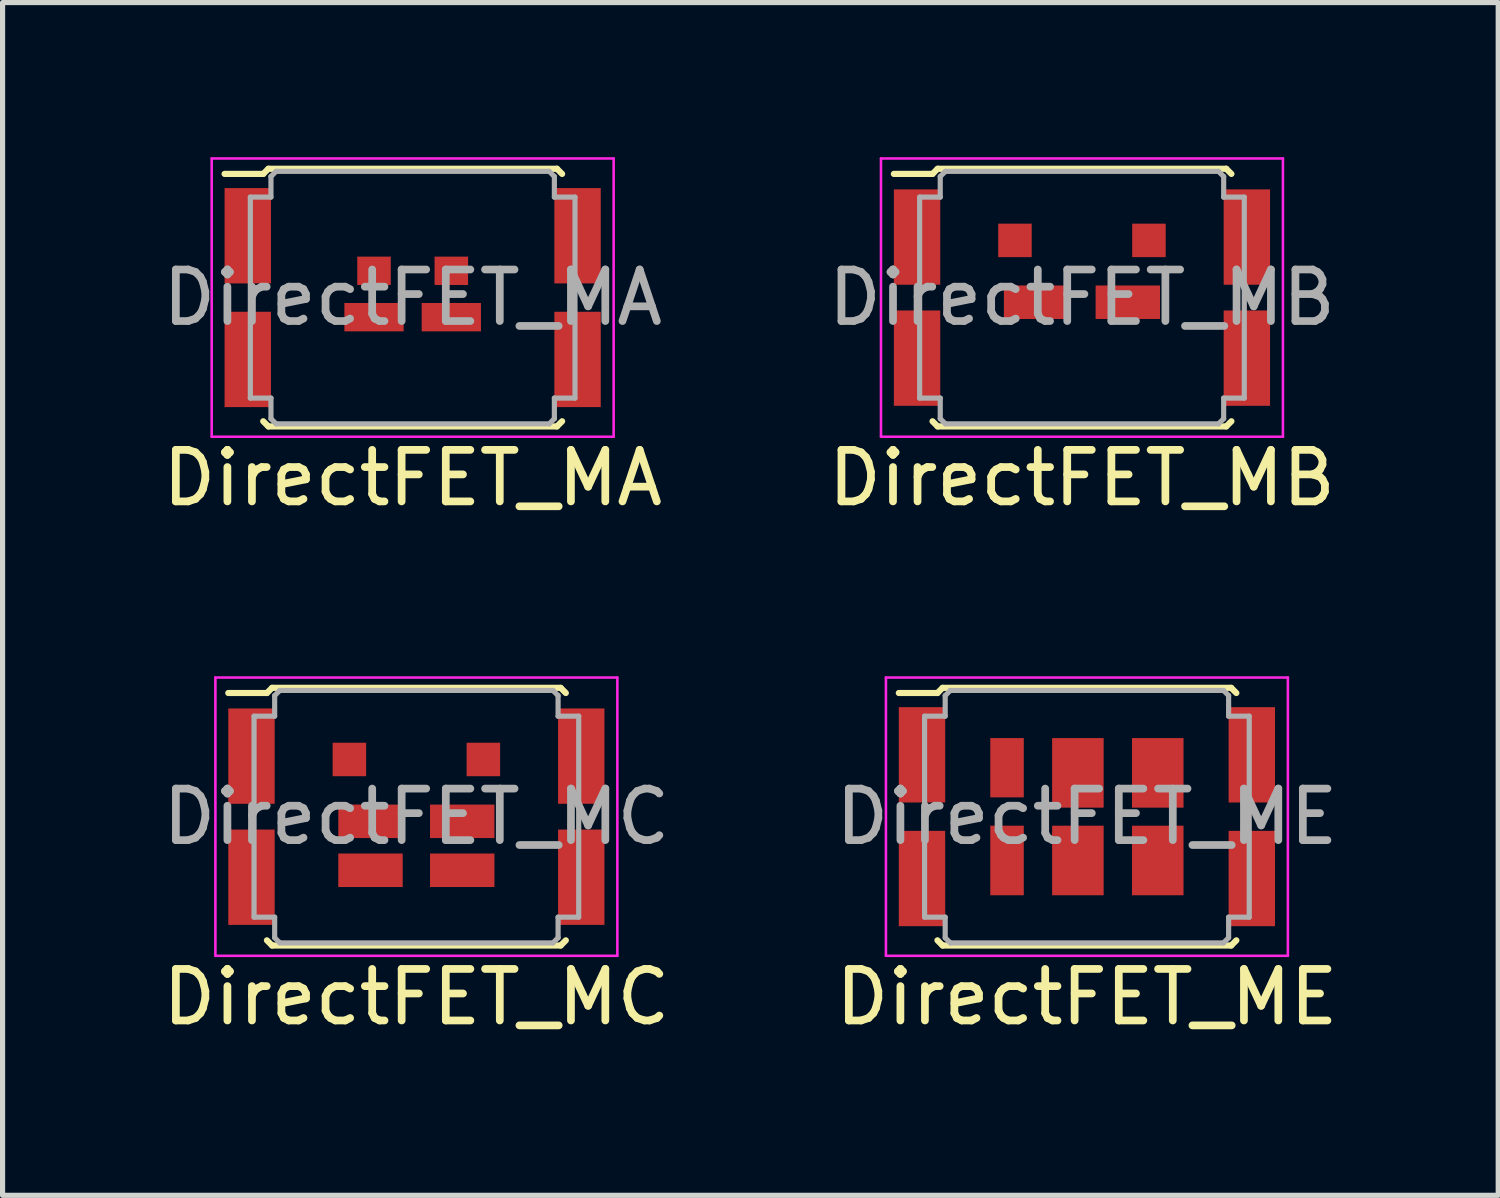
<source format=kicad_pcb>
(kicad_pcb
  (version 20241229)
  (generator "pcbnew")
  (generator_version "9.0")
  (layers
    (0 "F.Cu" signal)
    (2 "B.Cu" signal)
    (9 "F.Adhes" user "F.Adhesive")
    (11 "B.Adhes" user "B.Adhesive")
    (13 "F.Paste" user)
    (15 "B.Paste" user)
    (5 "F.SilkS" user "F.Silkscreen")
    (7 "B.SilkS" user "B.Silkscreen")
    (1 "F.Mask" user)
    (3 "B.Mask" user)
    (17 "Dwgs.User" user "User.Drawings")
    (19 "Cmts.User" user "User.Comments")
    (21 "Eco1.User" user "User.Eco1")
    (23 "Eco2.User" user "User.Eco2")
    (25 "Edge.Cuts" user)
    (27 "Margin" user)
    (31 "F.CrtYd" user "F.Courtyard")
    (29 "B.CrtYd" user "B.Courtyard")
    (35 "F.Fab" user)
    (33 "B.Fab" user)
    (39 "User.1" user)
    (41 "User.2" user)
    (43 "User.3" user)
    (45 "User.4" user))
  (footprint "DirectFET_MC"
    (layer "F.Cu")
    (at 5.03 12.798)
    (property "Reference" "DirectFET_MC" (at 0 3.5 0) (layer "F.SilkS") (effects (font (size 1 1) (thickness 0.15))))
    (attr smd)
    (fp_line (start -3.65 -2.4) (end -2.9 -2.4) (stroke (width 0.12) (type solid)) (layer "F.SilkS"))
    (fp_line (start -2.9 -2.4) (end -2.8 -2.5) (stroke (width 0.12) (type solid)) (layer "F.SilkS"))
    (fp_line (start -2.8 -2.5) (end 2.8 -2.5) (stroke (width 0.12) (type solid)) (layer "F.SilkS"))
    (fp_line (start -2.8 2.5) (end -2.9 2.4) (stroke (width 0.12) (type solid)) (layer "F.SilkS"))
    (fp_line (start 2.8 -2.5) (end 2.9 -2.4) (stroke (width 0.12) (type solid)) (layer "F.SilkS"))
    (fp_line (start 2.8 2.5) (end -2.8 2.5) (stroke (width 0.12) (type solid)) (layer "F.SilkS"))
    (fp_line (start 2.9 2.4) (end 2.8 2.5) (stroke (width 0.12) (type solid)) (layer "F.SilkS"))
    (fp_line (start -3.9 -2.7) (end -3.9 2.7) (stroke (width 0.05) (type solid)) (layer "F.CrtYd"))
    (fp_line (start -3.9 2.7) (end 3.9 2.7) (stroke (width 0.05) (type solid)) (layer "F.CrtYd"))
    (fp_line (start 3.9 -2.7) (end -3.9 -2.7) (stroke (width 0.05) (type solid)) (layer "F.CrtYd"))
    (fp_line (start 3.9 2.7) (end 3.9 -2.7) (stroke (width 0.05) (type solid)) (layer "F.CrtYd"))
    (fp_line (start -3.15 -1.95) (end -2.75 -1.95) (stroke (width 0.1) (type solid)) (layer "F.Fab"))
    (fp_line (start -3.15 1.95) (end -3.15 -1.95) (stroke (width 0.1) (type solid)) (layer "F.Fab"))
    (fp_line (start -3.15 1.95) (end -2.75 1.95) (stroke (width 0.1) (type solid)) (layer "F.Fab"))
    (fp_line (start -2.75 -2.35) (end -2.65 -2.45) (stroke (width 0.1) (type solid)) (layer "F.Fab"))
    (fp_line (start -2.75 -1.95) (end -2.75 -2.35) (stroke (width 0.1) (type solid)) (layer "F.Fab"))
    (fp_line (start -2.75 1.95) (end -2.75 2.35) (stroke (width 0.1) (type solid)) (layer "F.Fab"))
    (fp_line (start -2.75 2.35) (end -2.65 2.45) (stroke (width 0.1) (type solid)) (layer "F.Fab"))
    (fp_line (start -2.65 2.45) (end 2.65 2.45) (stroke (width 0.1) (type solid)) (layer "F.Fab"))
    (fp_line (start 2.65 -2.45) (end -2.65 -2.45) (stroke (width 0.1) (type solid)) (layer "F.Fab"))
    (fp_line (start 2.65 -2.45) (end 2.75 -2.35) (stroke (width 0.1) (type solid)) (layer "F.Fab"))
    (fp_line (start 2.75 -2.35) (end 2.75 -1.95) (stroke (width 0.1) (type solid)) (layer "F.Fab"))
    (fp_line (start 2.75 -1.95) (end 3.15 -1.95) (stroke (width 0.1) (type solid)) (layer "F.Fab"))
    (fp_line (start 2.75 1.95) (end 2.75 2.35) (stroke (width 0.1) (type solid)) (layer "F.Fab"))
    (fp_line (start 2.75 2.35) (end 2.65 2.45) (stroke (width 0.1) (type solid)) (layer "F.Fab"))
    (fp_line (start 3.15 -1.95) (end 3.15 1.95) (stroke (width 0.1) (type solid)) (layer "F.Fab"))
    (fp_line (start 3.15 1.95) (end 2.75 1.95) (stroke (width 0.1) (type solid)) (layer "F.Fab"))
    (fp_text user "${REFERENCE}" (at 0 0 0) (layer "F.Fab") (effects (font (size 1 1) (thickness 0.15))))
    (pad "1" smd rect (at -3.2 -1.175) (size 0.9 1.85) (layers "F.Cu" "F.Mask" "F.Paste"))
    (pad "1" smd rect (at -3.2 1.175) (size 0.9 1.85) (layers "F.Cu" "F.Mask" "F.Paste"))
    (pad "1" smd rect (at 3.2 -1.175) (size 0.9 1.85) (layers "F.Cu" "F.Mask" "F.Paste"))
    (pad "1" smd rect (at 3.2 1.175) (size 0.9 1.85) (layers "F.Cu" "F.Mask" "F.Paste"))
    (pad "2" smd rect (at -1.3 -1.11) (size 0.65 0.65) (layers "F.Cu" "F.Mask" "F.Paste"))
    (pad "2" smd rect (at 1.3 -1.11) (size 0.65 0.65) (layers "F.Cu" "F.Mask" "F.Paste"))
    (pad "3" smd rect (at -0.89 0.09) (size 1.25 0.65) (layers "F.Cu" "F.Mask" "F.Paste"))
    (pad "3" smd rect (at -0.89 1.04) (size 1.25 0.65) (layers "F.Cu" "F.Mask" "F.Paste"))
    (pad "3" smd rect (at 0.89 0.09) (size 1.25 0.65) (layers "F.Cu" "F.Mask" "F.Paste"))
    (pad "3" smd rect (at 0.89 1.04) (size 1.25 0.65) (layers "F.Cu" "F.Mask" "F.Paste")))
  (footprint "DirectFET_ME"
    (layer "F.Cu")
    (at 18.042 12.798)
    (property "Reference" "DirectFET_ME" (at 0 3.5 0) (layer "F.SilkS") (effects (font (size 1 1) (thickness 0.15))))
    (attr smd)
    (fp_line (start -3.65 -2.4) (end -2.9 -2.4) (stroke (width 0.12) (type solid)) (layer "F.SilkS"))
    (fp_line (start -2.9 -2.4) (end -2.8 -2.5) (stroke (width 0.12) (type solid)) (layer "F.SilkS"))
    (fp_line (start -2.8 -2.5) (end 2.8 -2.5) (stroke (width 0.12) (type solid)) (layer "F.SilkS"))
    (fp_line (start -2.8 2.5) (end -2.9 2.4) (stroke (width 0.12) (type solid)) (layer "F.SilkS"))
    (fp_line (start 2.8 -2.5) (end 2.9 -2.4) (stroke (width 0.12) (type solid)) (layer "F.SilkS"))
    (fp_line (start 2.8 2.5) (end -2.8 2.5) (stroke (width 0.12) (type solid)) (layer "F.SilkS"))
    (fp_line (start 2.9 2.4) (end 2.8 2.5) (stroke (width 0.12) (type solid)) (layer "F.SilkS"))
    (fp_line (start -3.9 -2.7) (end -3.9 2.7) (stroke (width 0.05) (type solid)) (layer "F.CrtYd"))
    (fp_line (start -3.9 2.7) (end 3.9 2.7) (stroke (width 0.05) (type solid)) (layer "F.CrtYd"))
    (fp_line (start 3.9 -2.7) (end -3.9 -2.7) (stroke (width 0.05) (type solid)) (layer "F.CrtYd"))
    (fp_line (start 3.9 2.7) (end 3.9 -2.7) (stroke (width 0.05) (type solid)) (layer "F.CrtYd"))
    (fp_line (start -3.15 -1.95) (end -2.75 -1.95) (stroke (width 0.1) (type solid)) (layer "F.Fab"))
    (fp_line (start -3.15 1.95) (end -3.15 -1.95) (stroke (width 0.1) (type solid)) (layer "F.Fab"))
    (fp_line (start -3.15 1.95) (end -2.75 1.95) (stroke (width 0.1) (type solid)) (layer "F.Fab"))
    (fp_line (start -2.75 -2.35) (end -2.65 -2.45) (stroke (width 0.1) (type solid)) (layer "F.Fab"))
    (fp_line (start -2.75 -1.95) (end -2.75 -2.35) (stroke (width 0.1) (type solid)) (layer "F.Fab"))
    (fp_line (start -2.75 1.95) (end -2.75 2.35) (stroke (width 0.1) (type solid)) (layer "F.Fab"))
    (fp_line (start -2.75 2.35) (end -2.65 2.45) (stroke (width 0.1) (type solid)) (layer "F.Fab"))
    (fp_line (start -2.65 2.45) (end 2.65 2.45) (stroke (width 0.1) (type solid)) (layer "F.Fab"))
    (fp_line (start 2.65 -2.45) (end -2.65 -2.45) (stroke (width 0.1) (type solid)) (layer "F.Fab"))
    (fp_line (start 2.65 -2.45) (end 2.75 -2.35) (stroke (width 0.1) (type solid)) (layer "F.Fab"))
    (fp_line (start 2.75 -2.35) (end 2.75 -1.95) (stroke (width 0.1) (type solid)) (layer "F.Fab"))
    (fp_line (start 2.75 -1.95) (end 3.15 -1.95) (stroke (width 0.1) (type solid)) (layer "F.Fab"))
    (fp_line (start 2.75 1.95) (end 2.75 2.35) (stroke (width 0.1) (type solid)) (layer "F.Fab"))
    (fp_line (start 2.75 2.35) (end 2.65 2.45) (stroke (width 0.1) (type solid)) (layer "F.Fab"))
    (fp_line (start 3.15 -1.95) (end 3.15 1.95) (stroke (width 0.1) (type solid)) (layer "F.Fab"))
    (fp_line (start 3.15 1.95) (end 2.75 1.95) (stroke (width 0.1) (type solid)) (layer "F.Fab"))
    (fp_text user "${REFERENCE}" (at 0 0 0) (layer "F.Fab") (effects (font (size 1 1) (thickness 0.15))))
    (pad "1" smd rect (at -3.2 -1.2) (size 0.9 1.85) (layers "F.Cu" "F.Mask" "F.Paste"))
    (pad "1" smd rect (at -3.2 1.2) (size 0.9 1.85) (layers "F.Cu" "F.Mask" "F.Paste"))
    (pad "1" smd rect (at 3.2 -1.2) (size 0.9 1.85) (layers "F.Cu" "F.Mask" "F.Paste"))
    (pad "1" smd rect (at 3.2 1.2) (size 0.9 1.85) (layers "F.Cu" "F.Mask" "F.Paste"))
    (pad "2" smd rect (at -1.55 -0.95) (size 0.65 1.151) (layers "F.Cu" "F.Mask" "F.Paste"))
    (pad "3" smd rect (at -1.55 0.85) (size 0.65 1.35) (layers "F.Cu" "F.Mask" "F.Paste"))
    (pad "3" smd rect (at -0.175 -0.85) (size 1 1.35) (layers "F.Cu" "F.Mask" "F.Paste"))
    (pad "3" smd rect (at -0.175 0.85) (size 1 1.35) (layers "F.Cu" "F.Mask" "F.Paste"))
    (pad "3" smd rect (at 1.375 -0.85) (size 1 1.35) (layers "F.Cu" "F.Mask" "F.Paste"))
    (pad "3" smd rect (at 1.375 0.85) (size 1 1.35) (layers "F.Cu" "F.Mask" "F.Paste")))
  (footprint "DirectFET_MB"
    (layer "F.Cu")
    (at 17.946 2.725)
    (property "Reference" "DirectFET_MB" (at 0 3.5 0) (layer "F.SilkS") (effects (font (size 1 1) (thickness 0.15))))
    (attr smd)
    (fp_line (start -3.65 -2.4) (end -2.9 -2.4) (stroke (width 0.12) (type solid)) (layer "F.SilkS"))
    (fp_line (start -2.9 -2.4) (end -2.8 -2.5) (stroke (width 0.12) (type solid)) (layer "F.SilkS"))
    (fp_line (start -2.8 -2.5) (end 2.8 -2.5) (stroke (width 0.12) (type solid)) (layer "F.SilkS"))
    (fp_line (start -2.8 2.5) (end -2.9 2.4) (stroke (width 0.12) (type solid)) (layer "F.SilkS"))
    (fp_line (start 2.8 -2.5) (end 2.9 -2.4) (stroke (width 0.12) (type solid)) (layer "F.SilkS"))
    (fp_line (start 2.8 2.5) (end -2.8 2.5) (stroke (width 0.12) (type solid)) (layer "F.SilkS"))
    (fp_line (start 2.9 2.4) (end 2.8 2.5) (stroke (width 0.12) (type solid)) (layer "F.SilkS"))
    (fp_line (start -3.9 -2.7) (end -3.9 2.7) (stroke (width 0.05) (type solid)) (layer "F.CrtYd"))
    (fp_line (start -3.9 2.7) (end 3.9 2.7) (stroke (width 0.05) (type solid)) (layer "F.CrtYd"))
    (fp_line (start 3.9 -2.7) (end -3.9 -2.7) (stroke (width 0.05) (type solid)) (layer "F.CrtYd"))
    (fp_line (start 3.9 2.7) (end 3.9 -2.7) (stroke (width 0.05) (type solid)) (layer "F.CrtYd"))
    (fp_line (start -3.15 -1.95) (end -2.75 -1.95) (stroke (width 0.1) (type solid)) (layer "F.Fab"))
    (fp_line (start -3.15 1.95) (end -3.15 -1.95) (stroke (width 0.1) (type solid)) (layer "F.Fab"))
    (fp_line (start -3.15 1.95) (end -2.75 1.95) (stroke (width 0.1) (type solid)) (layer "F.Fab"))
    (fp_line (start -2.75 -2.35) (end -2.65 -2.45) (stroke (width 0.1) (type solid)) (layer "F.Fab"))
    (fp_line (start -2.75 -1.95) (end -2.75 -2.35) (stroke (width 0.1) (type solid)) (layer "F.Fab"))
    (fp_line (start -2.75 1.95) (end -2.75 2.35) (stroke (width 0.1) (type solid)) (layer "F.Fab"))
    (fp_line (start -2.75 2.35) (end -2.65 2.45) (stroke (width 0.1) (type solid)) (layer "F.Fab"))
    (fp_line (start -2.65 2.45) (end 2.65 2.45) (stroke (width 0.1) (type solid)) (layer "F.Fab"))
    (fp_line (start 2.65 -2.45) (end -2.65 -2.45) (stroke (width 0.1) (type solid)) (layer "F.Fab"))
    (fp_line (start 2.65 -2.45) (end 2.75 -2.35) (stroke (width 0.1) (type solid)) (layer "F.Fab"))
    (fp_line (start 2.75 -2.35) (end 2.75 -1.95) (stroke (width 0.1) (type solid)) (layer "F.Fab"))
    (fp_line (start 2.75 -1.95) (end 3.15 -1.95) (stroke (width 0.1) (type solid)) (layer "F.Fab"))
    (fp_line (start 2.75 1.95) (end 2.75 2.35) (stroke (width 0.1) (type solid)) (layer "F.Fab"))
    (fp_line (start 2.75 2.35) (end 2.65 2.45) (stroke (width 0.1) (type solid)) (layer "F.Fab"))
    (fp_line (start 3.15 -1.95) (end 3.15 1.95) (stroke (width 0.1) (type solid)) (layer "F.Fab"))
    (fp_line (start 3.15 1.95) (end 2.75 1.95) (stroke (width 0.1) (type solid)) (layer "F.Fab"))
    (fp_text user "${REFERENCE}" (at 0 0 0) (layer "F.Fab") (effects (font (size 1 1) (thickness 0.15))))
    (pad "1" smd rect (at -3.2 -1.175) (size 0.9 1.85) (layers "F.Cu" "F.Mask" "F.Paste"))
    (pad "1" smd rect (at -3.2 1.175) (size 0.9 1.85) (layers "F.Cu" "F.Mask" "F.Paste"))
    (pad "1" smd rect (at 3.2 -1.175) (size 0.9 1.85) (layers "F.Cu" "F.Mask" "F.Paste"))
    (pad "1" smd rect (at 3.2 1.175) (size 0.9 1.85) (layers "F.Cu" "F.Mask" "F.Paste"))
    (pad "2" smd rect (at -1.3 -1.11) (size 0.65 0.65) (layers "F.Cu" "F.Mask" "F.Paste"))
    (pad "2" smd rect (at 1.3 -1.11) (size 0.65 0.65) (layers "F.Cu" "F.Mask" "F.Paste"))
    (pad "3" smd rect (at -0.89 0.09) (size 1.25 0.65) (layers "F.Cu" "F.Mask" "F.Paste"))
    (pad "3" smd rect (at 0.89 0.09) (size 1.25 0.65) (layers "F.Cu" "F.Mask" "F.Paste")))
  (footprint "DirectFET_MA"
    (layer "F.Cu")
    (at 4.958 2.725)
    (property "Reference" "DirectFET_MA" (at 0 3.5 0) (layer "F.SilkS") (effects (font (size 1 1) (thickness 0.15))))
    (attr smd)
    (fp_line (start -3.65 -2.4) (end -2.9 -2.4) (stroke (width 0.12) (type solid)) (layer "F.SilkS"))
    (fp_line (start -2.9 -2.4) (end -2.8 -2.5) (stroke (width 0.12) (type solid)) (layer "F.SilkS"))
    (fp_line (start -2.8 -2.5) (end 2.8 -2.5) (stroke (width 0.12) (type solid)) (layer "F.SilkS"))
    (fp_line (start -2.8 2.5) (end -2.9 2.4) (stroke (width 0.12) (type solid)) (layer "F.SilkS"))
    (fp_line (start 2.8 -2.5) (end 2.9 -2.4) (stroke (width 0.12) (type solid)) (layer "F.SilkS"))
    (fp_line (start 2.8 2.5) (end -2.8 2.5) (stroke (width 0.12) (type solid)) (layer "F.SilkS"))
    (fp_line (start 2.9 2.4) (end 2.8 2.5) (stroke (width 0.12) (type solid)) (layer "F.SilkS"))
    (fp_line (start -3.9 -2.7) (end -3.9 2.7) (stroke (width 0.05) (type solid)) (layer "F.CrtYd"))
    (fp_line (start -3.9 2.7) (end 3.9 2.7) (stroke (width 0.05) (type solid)) (layer "F.CrtYd"))
    (fp_line (start 3.9 -2.7) (end -3.9 -2.7) (stroke (width 0.05) (type solid)) (layer "F.CrtYd"))
    (fp_line (start 3.9 2.7) (end 3.9 -2.7) (stroke (width 0.05) (type solid)) (layer "F.CrtYd"))
    (fp_line (start -3.15 -1.95) (end -2.75 -1.95) (stroke (width 0.1) (type solid)) (layer "F.Fab"))
    (fp_line (start -3.15 1.95) (end -3.15 -1.95) (stroke (width 0.1) (type solid)) (layer "F.Fab"))
    (fp_line (start -3.15 1.95) (end -2.75 1.95) (stroke (width 0.1) (type solid)) (layer "F.Fab"))
    (fp_line (start -2.75 -2.35) (end -2.65 -2.45) (stroke (width 0.1) (type solid)) (layer "F.Fab"))
    (fp_line (start -2.75 -1.95) (end -2.75 -2.35) (stroke (width 0.1) (type solid)) (layer "F.Fab"))
    (fp_line (start -2.75 1.95) (end -2.75 2.35) (stroke (width 0.1) (type solid)) (layer "F.Fab"))
    (fp_line (start -2.75 2.35) (end -2.65 2.45) (stroke (width 0.1) (type solid)) (layer "F.Fab"))
    (fp_line (start -2.65 2.45) (end 2.65 2.45) (stroke (width 0.1) (type solid)) (layer "F.Fab"))
    (fp_line (start 2.65 -2.45) (end -2.65 -2.45) (stroke (width 0.1) (type solid)) (layer "F.Fab"))
    (fp_line (start 2.65 -2.45) (end 2.75 -2.35) (stroke (width 0.1) (type solid)) (layer "F.Fab"))
    (fp_line (start 2.75 -2.35) (end 2.75 -1.95) (stroke (width 0.1) (type solid)) (layer "F.Fab"))
    (fp_line (start 2.75 -1.95) (end 3.15 -1.95) (stroke (width 0.1) (type solid)) (layer "F.Fab"))
    (fp_line (start 2.75 1.95) (end 2.75 2.35) (stroke (width 0.1) (type solid)) (layer "F.Fab"))
    (fp_line (start 2.75 2.35) (end 2.65 2.45) (stroke (width 0.1) (type solid)) (layer "F.Fab"))
    (fp_line (start 3.15 -1.95) (end 3.15 1.95) (stroke (width 0.1) (type solid)) (layer "F.Fab"))
    (fp_line (start 3.15 1.95) (end 2.75 1.95) (stroke (width 0.1) (type solid)) (layer "F.Fab"))
    (fp_text user "${REFERENCE}" (at 0 0 0) (layer "F.Fab") (effects (font (size 1 1) (thickness 0.15))))
    (pad "1" smd rect (at -3.2 -1.2) (size 0.9 1.85) (layers "F.Cu" "F.Mask" "F.Paste"))
    (pad "1" smd rect (at -3.2 1.2) (size 0.9 1.85) (layers "F.Cu" "F.Mask" "F.Paste"))
    (pad "1" smd rect (at 3.2 -1.2) (size 0.9 1.85) (layers "F.Cu" "F.Mask" "F.Paste"))
    (pad "1" smd rect (at 3.2 1.2) (size 0.9 1.85) (layers "F.Cu" "F.Mask" "F.Paste"))
    (pad "2" smd rect (at -0.75 -0.52) (size 0.65 0.55) (layers "F.Cu" "F.Mask" "F.Paste"))
    (pad "2" smd rect (at 0.75 -0.52) (size 0.65 0.55) (layers "F.Cu" "F.Mask" "F.Paste"))
    (pad "3" smd rect (at -0.75 0.38) (size 1.15 0.55) (layers "F.Cu" "F.Mask" "F.Paste"))
    (pad "3" smd rect (at 0.75 0.38) (size 1.15 0.55) (layers "F.Cu" "F.Mask" "F.Paste")))
  (gr_rect
    (start -3 -3)
    (end 26.024 20.146)
    (stroke (width 0.1) (type default))
    (fill no)
    (layer "Edge.Cuts")))
</source>
